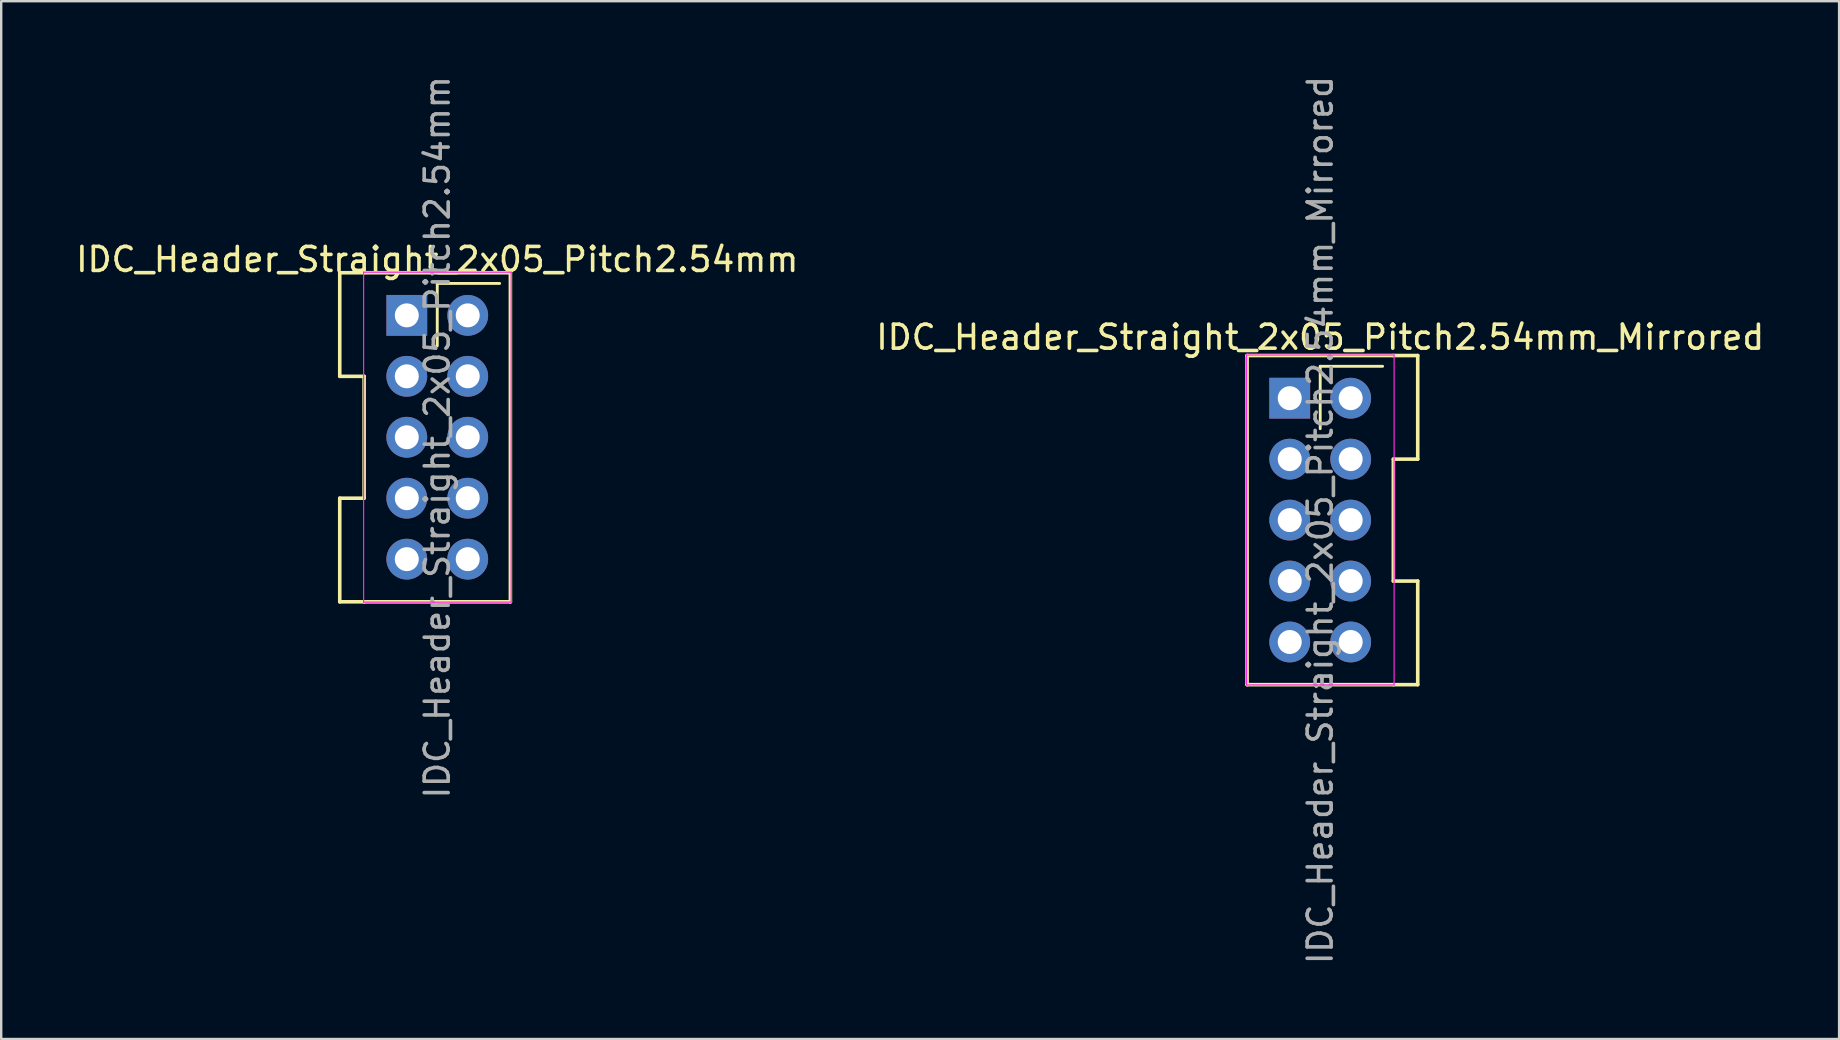
<source format=kicad_pcb>
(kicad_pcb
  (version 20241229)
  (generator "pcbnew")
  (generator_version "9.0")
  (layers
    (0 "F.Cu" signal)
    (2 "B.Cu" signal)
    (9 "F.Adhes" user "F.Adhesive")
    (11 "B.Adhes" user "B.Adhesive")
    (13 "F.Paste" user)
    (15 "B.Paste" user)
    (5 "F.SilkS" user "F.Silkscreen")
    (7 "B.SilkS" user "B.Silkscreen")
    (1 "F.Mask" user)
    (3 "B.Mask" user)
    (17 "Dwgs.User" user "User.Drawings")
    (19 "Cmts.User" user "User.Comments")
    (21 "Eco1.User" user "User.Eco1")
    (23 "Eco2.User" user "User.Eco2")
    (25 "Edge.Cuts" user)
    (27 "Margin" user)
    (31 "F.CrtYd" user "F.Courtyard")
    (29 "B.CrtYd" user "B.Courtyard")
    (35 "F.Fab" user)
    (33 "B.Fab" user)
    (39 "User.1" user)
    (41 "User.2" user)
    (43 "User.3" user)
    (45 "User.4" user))
  (footprint "IDC_Header_Straight_2x05_Pitch2.54mm"
    (layer "F.Cu")
    (at 13.903 10.093)
    (property "Reference" "IDC_Header_Straight_2x05_Pitch2.54mm" (at 1.27 -2.33 0) (layer "F.SilkS") (effects (font (size 1 1) (thickness 0.15))))
    (attr through_hole)
    (fp_line (start -2.794 -1.778) (end -1.778 -1.778) (stroke (width 0.15) (type solid)) (layer "F.SilkS"))
    (fp_line (start -2.794 2.54) (end -2.794 -1.778) (stroke (width 0.15) (type solid)) (layer "F.SilkS"))
    (fp_line (start -2.794 2.54) (end -1.778 2.54) (stroke (width 0.15) (type solid)) (layer "F.SilkS"))
    (fp_line (start -2.794 7.62) (end -2.794 11.938) (stroke (width 0.15) (type solid)) (layer "F.SilkS"))
    (fp_line (start -2.794 11.938) (end -1.778 11.938) (stroke (width 0.15) (type solid)) (layer "F.SilkS"))
    (fp_line (start -1.778 -1.778) (end 4.318 -1.778) (stroke (width 0.15) (type solid)) (layer "F.SilkS"))
    (fp_line (start -1.778 2.54) (end -1.778 7.62) (stroke (width 0.15) (type solid)) (layer "F.SilkS"))
    (fp_line (start -1.778 7.62) (end -2.794 7.62) (stroke (width 0.15) (type solid)) (layer "F.SilkS"))
    (fp_line (start -1.778 11.938) (end 4.318 11.938) (stroke (width 0.15) (type solid)) (layer "F.SilkS"))
    (fp_line (start 1.27 -1.33) (end 3.87 -1.33) (stroke (width 0.12) (type solid)) (layer "F.SilkS"))
    (fp_line (start 1.27 1.27) (end 1.27 -1.33) (stroke (width 0.12) (type solid)) (layer "F.SilkS"))
    (fp_line (start 4.318 11.938) (end 4.318 -1.778) (stroke (width 0.15) (type solid)) (layer "F.SilkS"))
    (fp_line (start -1.8 -1.8) (end -1.8 11.95) (stroke (width 0.05) (type solid)) (layer "F.CrtYd"))
    (fp_line (start -1.8 11.95) (end 4.35 11.95) (stroke (width 0.05) (type solid)) (layer "F.CrtYd"))
    (fp_line (start 4.35 -1.8) (end -1.8 -1.8) (stroke (width 0.05) (type solid)) (layer "F.CrtYd"))
    (fp_line (start 4.35 11.95) (end 4.35 -1.8) (stroke (width 0.05) (type solid)) (layer "F.CrtYd"))
    (fp_text user "${REFERENCE}" (at 1.27 5.08 90) (layer "F.Fab") (effects (font (size 1 1) (thickness 0.15))))
    (pad "1" thru_hole rect (at 0 0) (size 1.7 1.7) (drill 1) (layers "*.Cu" "*.Mask"))
    (pad "2" thru_hole oval (at 2.54 0) (size 1.7 1.7) (drill 1) (layers "*.Cu" "*.Mask"))
    (pad "3" thru_hole oval (at 0 2.54) (size 1.7 1.7) (drill 1) (layers "*.Cu" "*.Mask"))
    (pad "4" thru_hole oval (at 2.54 2.54) (size 1.7 1.7) (drill 1) (layers "*.Cu" "*.Mask"))
    (pad "5" thru_hole oval (at 0 5.08) (size 1.7 1.7) (drill 1) (layers "*.Cu" "*.Mask"))
    (pad "6" thru_hole oval (at 2.54 5.08) (size 1.7 1.7) (drill 1) (layers "*.Cu" "*.Mask"))
    (pad "7" thru_hole oval (at 0 7.62) (size 1.7 1.7) (drill 1) (layers "*.Cu" "*.Mask"))
    (pad "8" thru_hole oval (at 2.54 7.62) (size 1.7 1.7) (drill 1) (layers "*.Cu" "*.Mask"))
    (pad "9" thru_hole oval (at 0 10.16) (size 1.7 1.7) (drill 1) (layers "*.Cu" "*.Mask"))
    (pad "10" thru_hole oval (at 2.54 10.16) (size 1.7 1.7) (drill 1) (layers "*.Cu" "*.Mask")))
  (footprint "IDC_Header_Straight_2x05_Pitch2.54mm_Mirrored"
    (layer "F.Cu")
    (at 50.7 13.545)
    (property "Reference" "IDC_Header_Straight_2x05_Pitch2.54mm_Mirrored" (at 1.27 -2.54 0) (layer "F.SilkS") (effects (font (size 1 1) (thickness 0.15))))
    (attr through_hole)
    (fp_line (start -1.778 -1.778) (end -1.778 11.938) (stroke (width 0.15) (type solid)) (layer "F.SilkS"))
    (fp_line (start -1.778 -1.778) (end 4.318 -1.778) (stroke (width 0.15) (type solid)) (layer "F.SilkS"))
    (fp_line (start -1.778 11.938) (end 4.318 11.938) (stroke (width 0.15) (type solid)) (layer "F.SilkS"))
    (fp_line (start 1.27 -1.33) (end 3.87 -1.33) (stroke (width 0.12) (type solid)) (layer "F.SilkS"))
    (fp_line (start 1.27 1.27) (end 1.27 -1.33) (stroke (width 0.12) (type solid)) (layer "F.SilkS"))
    (fp_line (start 4.318 -1.778) (end 5.334 -1.778) (stroke (width 0.15) (type solid)) (layer "F.SilkS"))
    (fp_line (start 4.318 2.54) (end 4.318 7.62) (stroke (width 0.15) (type solid)) (layer "F.SilkS"))
    (fp_line (start 4.318 11.938) (end 5.334 11.938) (stroke (width 0.15) (type solid)) (layer "F.SilkS"))
    (fp_line (start 5.334 -1.778) (end 5.334 2.54) (stroke (width 0.15) (type solid)) (layer "F.SilkS"))
    (fp_line (start 5.334 2.54) (end 4.318 2.54) (stroke (width 0.15) (type solid)) (layer "F.SilkS"))
    (fp_line (start 5.334 7.62) (end 4.318 7.62) (stroke (width 0.15) (type solid)) (layer "F.SilkS"))
    (fp_line (start 5.334 11.938) (end 5.334 7.62) (stroke (width 0.15) (type solid)) (layer "F.SilkS"))
    (fp_line (start -1.8 -1.8) (end -1.8 11.95) (stroke (width 0.05) (type solid)) (layer "F.CrtYd"))
    (fp_line (start -1.8 11.95) (end 4.35 11.95) (stroke (width 0.05) (type solid)) (layer "F.CrtYd"))
    (fp_line (start 4.35 -1.8) (end -1.8 -1.8) (stroke (width 0.05) (type solid)) (layer "F.CrtYd"))
    (fp_line (start 4.35 11.95) (end 4.35 -1.8) (stroke (width 0.05) (type solid)) (layer "F.CrtYd"))
    (fp_text user "${REFERENCE}" (at 1.27 5.08 90) (layer "F.Fab") (effects (font (size 1 1) (thickness 0.15))))
    (pad "1" thru_hole rect (at 0 0) (size 1.7 1.7) (drill 1) (layers "*.Cu" "*.Mask"))
    (pad "2" thru_hole oval (at 2.54 0) (size 1.7 1.7) (drill 1) (layers "*.Cu" "*.Mask"))
    (pad "3" thru_hole oval (at 0 2.54) (size 1.7 1.7) (drill 1) (layers "*.Cu" "*.Mask"))
    (pad "4" thru_hole oval (at 2.54 2.54) (size 1.7 1.7) (drill 1) (layers "*.Cu" "*.Mask"))
    (pad "5" thru_hole oval (at 0 5.08) (size 1.7 1.7) (drill 1) (layers "*.Cu" "*.Mask"))
    (pad "6" thru_hole oval (at 2.54 5.08) (size 1.7 1.7) (drill 1) (layers "*.Cu" "*.Mask"))
    (pad "7" thru_hole oval (at 0 7.62) (size 1.7 1.7) (drill 1) (layers "*.Cu" "*.Mask"))
    (pad "8" thru_hole oval (at 2.54 7.62) (size 1.7 1.7) (drill 1) (layers "*.Cu" "*.Mask"))
    (pad "9" thru_hole oval (at 0 10.16) (size 1.7 1.7) (drill 1) (layers "*.Cu" "*.Mask"))
    (pad "10" thru_hole oval (at 2.54 10.16) (size 1.7 1.7) (drill 1) (layers "*.Cu" "*.Mask")))
  (gr_rect
    (start -3 -3)
    (end 73.595 40.25)
    (stroke (width 0.1) (type default))
    (fill no)
    (layer "Edge.Cuts")))
</source>
